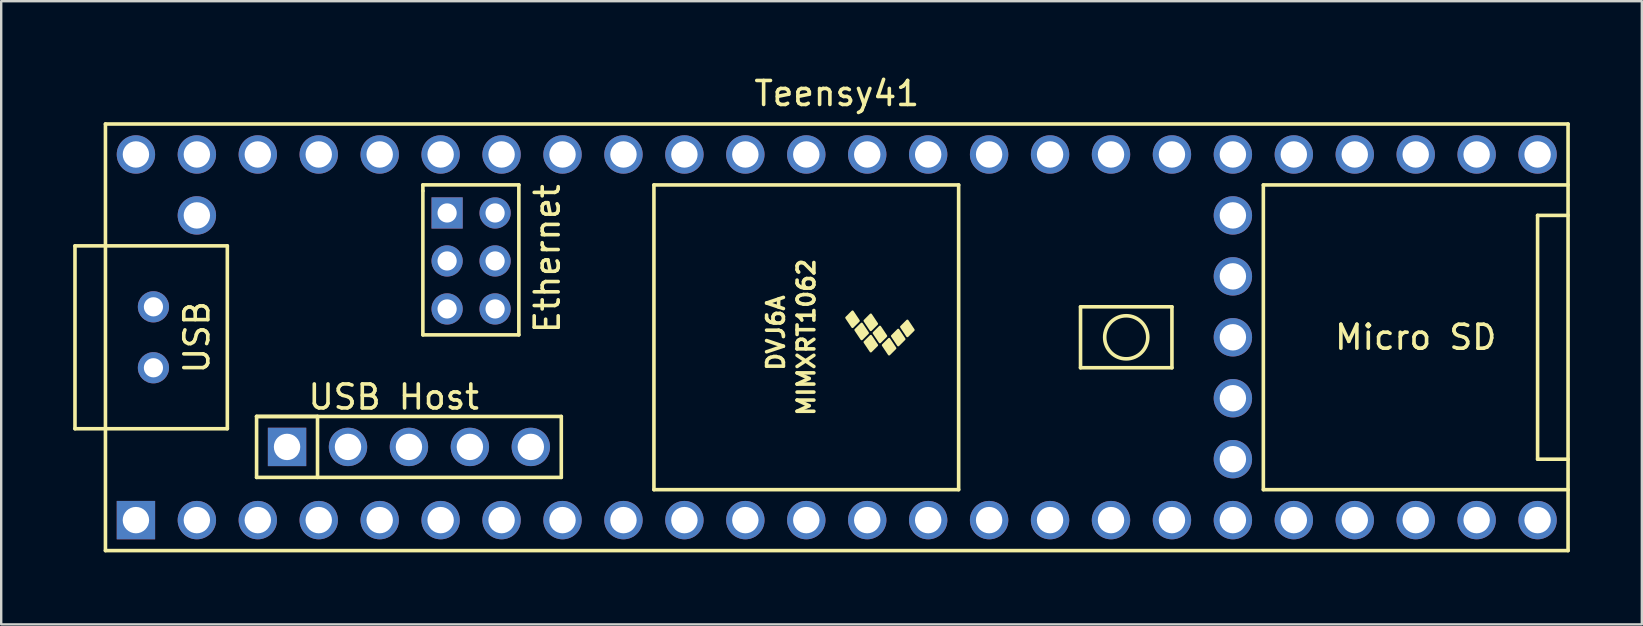
<source format=kicad_pcb>
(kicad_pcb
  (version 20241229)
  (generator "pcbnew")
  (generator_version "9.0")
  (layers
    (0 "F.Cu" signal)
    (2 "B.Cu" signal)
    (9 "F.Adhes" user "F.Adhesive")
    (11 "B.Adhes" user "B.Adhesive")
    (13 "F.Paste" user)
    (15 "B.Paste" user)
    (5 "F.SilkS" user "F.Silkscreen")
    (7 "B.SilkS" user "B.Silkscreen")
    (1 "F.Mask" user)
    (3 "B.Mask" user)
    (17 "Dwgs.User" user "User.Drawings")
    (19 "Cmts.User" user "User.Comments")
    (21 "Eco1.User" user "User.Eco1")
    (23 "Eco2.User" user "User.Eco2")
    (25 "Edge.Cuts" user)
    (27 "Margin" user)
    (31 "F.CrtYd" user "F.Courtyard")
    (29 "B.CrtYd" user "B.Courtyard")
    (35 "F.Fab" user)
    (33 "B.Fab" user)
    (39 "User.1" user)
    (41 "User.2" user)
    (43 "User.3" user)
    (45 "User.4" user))
  (footprint "Teensy41"
    (layer "F.Cu")
    (at 31.825 11.008)
    (property "Reference" "Teensy41" (at 0 -10.16 0) (layer "F.SilkS") (effects (font (size 1 1) (thickness 0.15))))
    (attr through_hole)
    (fp_line (start -31.75 -3.81) (end -30.48 -3.81) (stroke (width 0.15) (type solid)) (layer "F.SilkS"))
    (fp_line (start -31.75 3.81) (end -31.75 -3.81) (stroke (width 0.15) (type solid)) (layer "F.SilkS"))
    (fp_line (start -30.48 -8.89) (end 30.48 -8.89) (stroke (width 0.15) (type solid)) (layer "F.SilkS"))
    (fp_line (start -30.48 3.81) (end -31.75 3.81) (stroke (width 0.15) (type solid)) (layer "F.SilkS"))
    (fp_line (start -30.48 8.89) (end -30.48 -8.89) (stroke (width 0.15) (type solid)) (layer "F.SilkS"))
    (fp_line (start -25.4 -3.81) (end -30.48 -3.81) (stroke (width 0.15) (type solid)) (layer "F.SilkS"))
    (fp_line (start -25.4 3.81) (end -30.48 3.81) (stroke (width 0.15) (type solid)) (layer "F.SilkS"))
    (fp_line (start -25.4 3.81) (end -25.4 -3.81) (stroke (width 0.15) (type solid)) (layer "F.SilkS"))
    (fp_line (start -24.181 3.299) (end -21.641 3.299) (stroke (width 0.15) (type solid)) (layer "F.SilkS"))
    (fp_line (start -24.181 3.299) (end -11.481 3.299) (stroke (width 0.15) (type solid)) (layer "F.SilkS"))
    (fp_line (start -24.181 5.839) (end -24.181 3.299) (stroke (width 0.15) (type solid)) (layer "F.SilkS"))
    (fp_line (start -21.641 3.299) (end -21.641 5.839) (stroke (width 0.15) (type solid)) (layer "F.SilkS"))
    (fp_line (start -17.25 -6.352) (end -17.25 -6.102) (stroke (width 0.15) (type solid)) (layer "F.SilkS"))
    (fp_line (start -17.25 -6.102) (end -17.25 -0.102) (stroke (width 0.15) (type solid)) (layer "F.SilkS"))
    (fp_line (start -17.25 -0.102) (end -13.25 -0.102) (stroke (width 0.15) (type solid)) (layer "F.SilkS"))
    (fp_line (start -13.25 -6.352) (end -17.25 -6.352) (stroke (width 0.15) (type solid)) (layer "F.SilkS"))
    (fp_line (start -13.25 -0.102) (end -13.25 -6.352) (stroke (width 0.15) (type solid)) (layer "F.SilkS"))
    (fp_line (start -11.481 3.299) (end -11.481 5.839) (stroke (width 0.15) (type solid)) (layer "F.SilkS"))
    (fp_line (start -11.481 5.839) (end -24.181 5.839) (stroke (width 0.15) (type solid)) (layer "F.SilkS"))
    (fp_line (start -7.62 -6.35) (end -7.62 6.35) (stroke (width 0.15) (type solid)) (layer "F.SilkS"))
    (fp_line (start -7.62 6.35) (end 5.08 6.35) (stroke (width 0.15) (type solid)) (layer "F.SilkS"))
    (fp_line (start 5.08 -6.35) (end -7.62 -6.35) (stroke (width 0.15) (type solid)) (layer "F.SilkS"))
    (fp_line (start 5.08 6.35) (end 5.08 -6.35) (stroke (width 0.15) (type solid)) (layer "F.SilkS"))
    (fp_line (start 10.16 -1.27) (end 13.97 -1.27) (stroke (width 0.15) (type solid)) (layer "F.SilkS"))
    (fp_line (start 10.16 1.27) (end 10.16 -1.27) (stroke (width 0.15) (type solid)) (layer "F.SilkS"))
    (fp_line (start 13.97 -1.27) (end 13.97 1.27) (stroke (width 0.15) (type solid)) (layer "F.SilkS"))
    (fp_line (start 13.97 1.27) (end 10.16 1.27) (stroke (width 0.15) (type solid)) (layer "F.SilkS"))
    (fp_line (start 17.78 -6.35) (end 17.78 6.35) (stroke (width 0.15) (type solid)) (layer "F.SilkS"))
    (fp_line (start 17.78 6.35) (end 30.48 6.35) (stroke (width 0.15) (type solid)) (layer "F.SilkS"))
    (fp_line (start 29.21 -5.08) (end 29.21 5.08) (stroke (width 0.15) (type solid)) (layer "F.SilkS"))
    (fp_line (start 29.21 5.08) (end 30.48 5.08) (stroke (width 0.15) (type solid)) (layer "F.SilkS"))
    (fp_line (start 30.48 -8.89) (end 30.48 8.89) (stroke (width 0.15) (type solid)) (layer "F.SilkS"))
    (fp_line (start 30.48 -6.35) (end 17.78 -6.35) (stroke (width 0.15) (type solid)) (layer "F.SilkS"))
    (fp_line (start 30.48 -5.08) (end 29.21 -5.08) (stroke (width 0.15) (type solid)) (layer "F.SilkS"))
    (fp_line (start 30.48 8.89) (end -30.48 8.89) (stroke (width 0.15) (type solid)) (layer "F.SilkS"))
    (fp_circle (center 12.065 0) (end 12.7 -0.635) (stroke (width 0.15) (type solid)) (fill no) (layer "F.SilkS"))
    (fp_poly (pts (xy 0.911 -0.688) (xy 0.657 -0.434) (xy 0.403 -0.815) (xy 0.657 -1.069)) (stroke (width 0.1) (type solid)) (fill yes) (layer "F.SilkS"))
    (fp_poly (pts (xy 1.292 -0.18) (xy 1.038 0.074) (xy 0.784 -0.307) (xy 1.038 -0.561)) (stroke (width 0.1) (type solid)) (fill yes) (layer "F.SilkS"))
    (fp_poly (pts (xy 1.673 -0.561) (xy 1.419 -0.307) (xy 1.165 -0.688) (xy 1.419 -0.942)) (stroke (width 0.1) (type solid)) (fill yes) (layer "F.SilkS"))
    (fp_poly (pts (xy 1.673 0.328) (xy 1.419 0.582) (xy 1.165 0.201) (xy 1.419 -0.053)) (stroke (width 0.1) (type solid)) (fill yes) (layer "F.SilkS"))
    (fp_poly (pts (xy 2.054 -0.053) (xy 1.8 0.201) (xy 1.546 -0.18) (xy 1.8 -0.434)) (stroke (width 0.1) (type solid)) (fill yes) (layer "F.SilkS"))
    (fp_poly (pts (xy 2.435 0.455) (xy 2.181 0.709) (xy 1.927 0.328) (xy 2.181 0.074)) (stroke (width 0.1) (type solid)) (fill yes) (layer "F.SilkS"))
    (fp_poly (pts (xy 2.816 0.074) (xy 2.562 0.328) (xy 2.308 -0.053) (xy 2.562 -0.307)) (stroke (width 0.1) (type solid)) (fill yes) (layer "F.SilkS"))
    (fp_poly (pts (xy 3.197 -0.307) (xy 2.943 -0.053) (xy 2.689 -0.434) (xy 2.943 -0.688)) (stroke (width 0.1) (type solid)) (fill yes) (layer "F.SilkS"))
    (fp_text user "MIMXRT1062" (at -1.27 0 270) (layer "F.SilkS") (effects (font (size 0.7 0.7) (thickness 0.15))))
    (fp_text user "DVJ6A" (at -2.54 -0.18 270) (layer "F.SilkS") (effects (font (size 0.7 0.7) (thickness 0.15))))
    (fp_text user "Ethernet" (at -12.065 -3.277 90) (layer "F.SilkS") (effects (font (size 1 1) (thickness 0.15))))
    (fp_text user "USB" (at -26.67 0 270) (layer "F.SilkS") (effects (font (size 1 1) (thickness 0.15))))
    (fp_text user "USB Host" (at -18.466 2.489 0) (layer "F.SilkS") (effects (font (size 1 1) (thickness 0.15))))
    (fp_text user "Micro SD" (at 24.13 0 0) (layer "F.SilkS") (effects (font (size 1 1) (thickness 0.15))))
    (pad "1" thru_hole rect (at -29.21 7.62) (size 1.6 1.6) (drill 1.1) (layers "*.Cu" "*.Mask"))
    (pad "2" thru_hole circle (at -26.67 7.62) (size 1.6 1.6) (drill 1.1) (layers "*.Cu" "*.Mask"))
    (pad "3" thru_hole circle (at -24.13 7.62) (size 1.6 1.6) (drill 1.1) (layers "*.Cu" "*.Mask"))
    (pad "4" thru_hole circle (at -21.59 7.62) (size 1.6 1.6) (drill 1.1) (layers "*.Cu" "*.Mask"))
    (pad "5" thru_hole circle (at -19.05 7.62) (size 1.6 1.6) (drill 1.1) (layers "*.Cu" "*.Mask"))
    (pad "6" thru_hole circle (at -16.51 7.62) (size 1.6 1.6) (drill 1.1) (layers "*.Cu" "*.Mask"))
    (pad "7" thru_hole circle (at -13.97 7.62) (size 1.6 1.6) (drill 1.1) (layers "*.Cu" "*.Mask"))
    (pad "8" thru_hole circle (at -11.43 7.62) (size 1.6 1.6) (drill 1.1) (layers "*.Cu" "*.Mask"))
    (pad "9" thru_hole circle (at -8.89 7.62) (size 1.6 1.6) (drill 1.1) (layers "*.Cu" "*.Mask"))
    (pad "10" thru_hole circle (at -6.35 7.62) (size 1.6 1.6) (drill 1.1) (layers "*.Cu" "*.Mask"))
    (pad "11" thru_hole circle (at -3.81 7.62) (size 1.6 1.6) (drill 1.1) (layers "*.Cu" "*.Mask"))
    (pad "12" thru_hole circle (at -1.27 7.62) (size 1.6 1.6) (drill 1.1) (layers "*.Cu" "*.Mask"))
    (pad "13" thru_hole circle (at 1.27 7.62) (size 1.6 1.6) (drill 1.1) (layers "*.Cu" "*.Mask"))
    (pad "14" thru_hole circle (at 3.81 7.62) (size 1.6 1.6) (drill 1.1) (layers "*.Cu" "*.Mask"))
    (pad "15" thru_hole circle (at 6.35 7.62) (size 1.6 1.6) (drill 1.1) (layers "*.Cu" "*.Mask"))
    (pad "16" thru_hole circle (at 8.89 7.62) (size 1.6 1.6) (drill 1.1) (layers "*.Cu" "*.Mask"))
    (pad "17" thru_hole circle (at 11.43 7.62) (size 1.6 1.6) (drill 1.1) (layers "*.Cu" "*.Mask"))
    (pad "18" thru_hole circle (at 13.97 7.62) (size 1.6 1.6) (drill 1.1) (layers "*.Cu" "*.Mask"))
    (pad "19" thru_hole circle (at 16.51 7.62) (size 1.6 1.6) (drill 1.1) (layers "*.Cu" "*.Mask"))
    (pad "20" thru_hole circle (at 19.05 7.62) (size 1.6 1.6) (drill 1.1) (layers "*.Cu" "*.Mask"))
    (pad "21" thru_hole circle (at 21.59 7.62) (size 1.6 1.6) (drill 1.1) (layers "*.Cu" "*.Mask"))
    (pad "22" thru_hole circle (at 24.13 7.62) (size 1.6 1.6) (drill 1.1) (layers "*.Cu" "*.Mask"))
    (pad "23" thru_hole circle (at 26.67 7.62) (size 1.6 1.6) (drill 1.1) (layers "*.Cu" "*.Mask"))
    (pad "24" thru_hole circle (at 29.21 7.62) (size 1.6 1.6) (drill 1.1) (layers "*.Cu" "*.Mask"))
    (pad "25" thru_hole circle (at 29.21 -7.62) (size 1.6 1.6) (drill 1.1) (layers "*.Cu" "*.Mask"))
    (pad "26" thru_hole circle (at 26.67 -7.62) (size 1.6 1.6) (drill 1.1) (layers "*.Cu" "*.Mask"))
    (pad "27" thru_hole circle (at 24.13 -7.62) (size 1.6 1.6) (drill 1.1) (layers "*.Cu" "*.Mask"))
    (pad "28" thru_hole circle (at 21.59 -7.62) (size 1.6 1.6) (drill 1.1) (layers "*.Cu" "*.Mask"))
    (pad "29" thru_hole circle (at 19.05 -7.62) (size 1.6 1.6) (drill 1.1) (layers "*.Cu" "*.Mask"))
    (pad "30" thru_hole circle (at 16.51 -7.62) (size 1.6 1.6) (drill 1.1) (layers "*.Cu" "*.Mask"))
    (pad "31" thru_hole circle (at 13.97 -7.62) (size 1.6 1.6) (drill 1.1) (layers "*.Cu" "*.Mask"))
    (pad "32" thru_hole circle (at 11.43 -7.62) (size 1.6 1.6) (drill 1.1) (layers "*.Cu" "*.Mask"))
    (pad "33" thru_hole circle (at 8.89 -7.62) (size 1.6 1.6) (drill 1.1) (layers "*.Cu" "*.Mask"))
    (pad "34" thru_hole circle (at 6.35 -7.62) (size 1.6 1.6) (drill 1.1) (layers "*.Cu" "*.Mask"))
    (pad "35" thru_hole circle (at 3.81 -7.62) (size 1.6 1.6) (drill 1.1) (layers "*.Cu" "*.Mask"))
    (pad "36" thru_hole circle (at 1.27 -7.62) (size 1.6 1.6) (drill 1.1) (layers "*.Cu" "*.Mask"))
    (pad "37" thru_hole circle (at -1.27 -7.62) (size 1.6 1.6) (drill 1.1) (layers "*.Cu" "*.Mask"))
    (pad "38" thru_hole circle (at -3.81 -7.62) (size 1.6 1.6) (drill 1.1) (layers "*.Cu" "*.Mask"))
    (pad "39" thru_hole circle (at -6.35 -7.62) (size 1.6 1.6) (drill 1.1) (layers "*.Cu" "*.Mask"))
    (pad "40" thru_hole circle (at -8.89 -7.62) (size 1.6 1.6) (drill 1.1) (layers "*.Cu" "*.Mask"))
    (pad "41" thru_hole circle (at -11.43 -7.62) (size 1.6 1.6) (drill 1.1) (layers "*.Cu" "*.Mask"))
    (pad "42" thru_hole circle (at -13.97 -7.62) (size 1.6 1.6) (drill 1.1) (layers "*.Cu" "*.Mask"))
    (pad "43" thru_hole circle (at -16.51 -7.62) (size 1.6 1.6) (drill 1.1) (layers "*.Cu" "*.Mask"))
    (pad "44" thru_hole circle (at -19.05 -7.62) (size 1.6 1.6) (drill 1.1) (layers "*.Cu" "*.Mask"))
    (pad "45" thru_hole circle (at -21.59 -7.62) (size 1.6 1.6) (drill 1.1) (layers "*.Cu" "*.Mask"))
    (pad "46" thru_hole circle (at -24.13 -7.62) (size 1.6 1.6) (drill 1.1) (layers "*.Cu" "*.Mask"))
    (pad "47" thru_hole circle (at -26.67 -7.62) (size 1.6 1.6) (drill 1.1) (layers "*.Cu" "*.Mask"))
    (pad "48" thru_hole circle (at -29.21 -7.62) (size 1.6 1.6) (drill 1.1) (layers "*.Cu" "*.Mask"))
    (pad "49" thru_hole circle (at -26.67 -5.08) (size 1.6 1.6) (drill 1.1) (layers "*.Cu" "*.Mask"))
    (pad "50" thru_hole circle (at 16.51 5.08) (size 1.6 1.6) (drill 1.1) (layers "*.Cu" "*.Mask"))
    (pad "51" thru_hole circle (at 16.51 2.54) (size 1.6 1.6) (drill 1.1) (layers "*.Cu" "*.Mask"))
    (pad "52" thru_hole circle (at 16.51 0) (size 1.6 1.6) (drill 1.1) (layers "*.Cu" "*.Mask"))
    (pad "53" thru_hole circle (at 16.51 -2.54) (size 1.6 1.6) (drill 1.1) (layers "*.Cu" "*.Mask"))
    (pad "54" thru_hole circle (at 16.51 -5.08) (size 1.6 1.6) (drill 1.1) (layers "*.Cu" "*.Mask"))
    (pad "55" thru_hole rect (at -22.911 4.569) (size 1.6 1.6) (drill 1.1) (layers "*.Cu" "*.Mask"))
    (pad "56" thru_hole circle (at -20.371 4.569) (size 1.6 1.6) (drill 1.1) (layers "*.Cu" "*.Mask"))
    (pad "57" thru_hole circle (at -17.831 4.569) (size 1.6 1.6) (drill 1.1) (layers "*.Cu" "*.Mask"))
    (pad "58" thru_hole circle (at -15.291 4.569) (size 1.6 1.6) (drill 1.1) (layers "*.Cu" "*.Mask"))
    (pad "59" thru_hole circle (at -12.751 4.569) (size 1.6 1.6) (drill 1.1) (layers "*.Cu" "*.Mask"))
    (pad "60" thru_hole rect (at -16.24 -5.182) (size 1.3 1.3) (drill 0.8) (layers "*.Cu" "*.Mask"))
    (pad "61" thru_hole circle (at -16.24 -3.182) (size 1.3 1.3) (drill 0.8) (layers "*.Cu" "*.Mask"))
    (pad "62" thru_hole circle (at -16.24 -1.182) (size 1.3 1.3) (drill 0.8) (layers "*.Cu" "*.Mask"))
    (pad "63" thru_hole circle (at -14.24 -1.182) (size 1.3 1.3) (drill 0.8) (layers "*.Cu" "*.Mask"))
    (pad "64" thru_hole circle (at -14.24 -3.182) (size 1.3 1.3) (drill 0.8) (layers "*.Cu" "*.Mask"))
    (pad "65" thru_hole circle (at -14.24 -5.182) (size 1.3 1.3) (drill 0.8) (layers "*.Cu" "*.Mask"))
    (pad "66" thru_hole circle (at -28.48 1.27) (size 1.3 1.3) (drill 0.8) (layers "*.Cu" "*.Mask"))
    (pad "67" thru_hole circle (at -28.48 -1.27) (size 1.3 1.3) (drill 0.8) (layers "*.Cu" "*.Mask")))
  (gr_rect
    (start -3 -3)
    (end 65.38 22.973)
    (stroke (width 0.1) (type default))
    (fill no)
    (layer "Edge.Cuts")))
</source>
